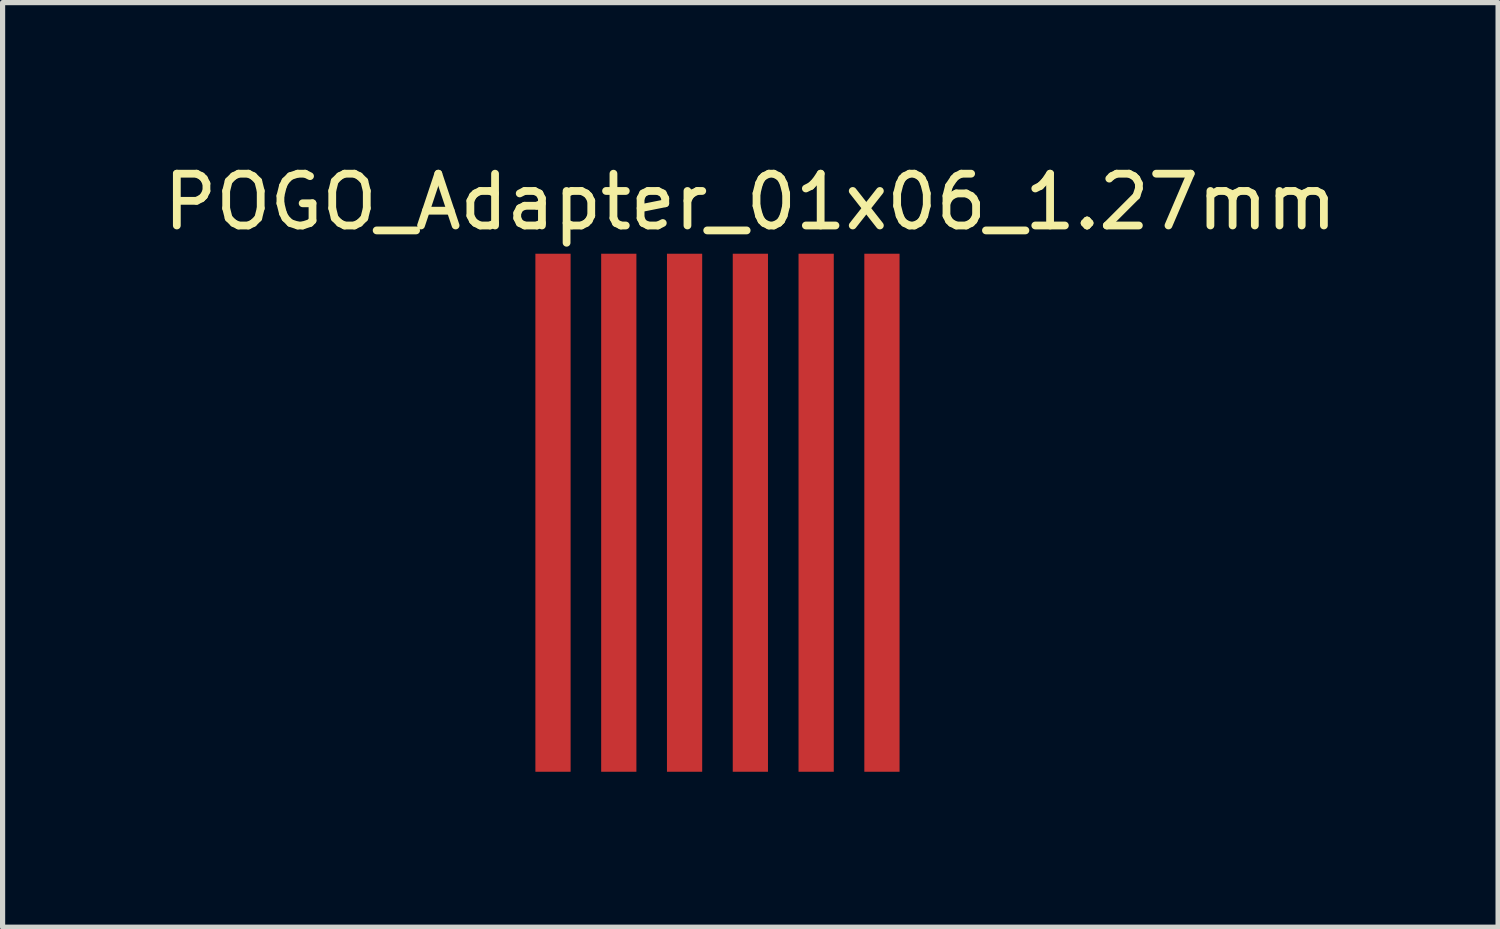
<source format=kicad_pcb>
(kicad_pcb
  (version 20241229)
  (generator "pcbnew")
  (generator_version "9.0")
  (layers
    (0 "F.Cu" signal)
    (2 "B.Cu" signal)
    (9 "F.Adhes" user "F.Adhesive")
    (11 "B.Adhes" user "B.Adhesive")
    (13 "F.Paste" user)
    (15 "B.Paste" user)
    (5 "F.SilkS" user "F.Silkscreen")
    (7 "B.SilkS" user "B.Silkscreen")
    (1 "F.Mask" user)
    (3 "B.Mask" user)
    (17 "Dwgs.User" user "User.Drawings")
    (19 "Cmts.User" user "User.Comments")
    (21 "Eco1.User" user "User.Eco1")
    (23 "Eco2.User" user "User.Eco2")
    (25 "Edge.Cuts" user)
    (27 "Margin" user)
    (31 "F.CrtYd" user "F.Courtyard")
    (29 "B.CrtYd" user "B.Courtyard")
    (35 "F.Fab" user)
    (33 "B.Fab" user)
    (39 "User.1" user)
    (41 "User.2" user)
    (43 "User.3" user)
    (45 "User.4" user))
  (footprint "POGO_Adapter_01x06_1.27mm"
    (layer "F.Cu")
    (at 11.435 6.848)
    (property "Reference" "POGO_Adapter_01x06_1.27mm" (at 0 -6 0) (layer "F.SilkS") (effects (font (size 1 1) (thickness 0.15))))
    (attr through_hole)
    (pad "1" smd rect (at -3.81 0) (size 0.68 10) (layers "F.Cu" "F.Mask" "F.Paste"))
    (pad "2" smd rect (at -2.54 0) (size 0.68 10) (layers "F.Cu" "F.Mask" "F.Paste"))
    (pad "3" smd rect (at -1.27 0) (size 0.68 10) (layers "F.Cu" "F.Mask" "F.Paste"))
    (pad "4" smd rect (at 0 0) (size 0.68 10) (layers "F.Cu" "F.Mask" "F.Paste"))
    (pad "5" smd rect (at 1.27 0) (size 0.68 10) (layers "F.Cu" "F.Mask" "F.Paste"))
    (pad "6" smd rect (at 2.54 0) (size 0.68 10) (layers "F.Cu" "F.Mask" "F.Paste")))
  (gr_rect
    (start -3 -3)
    (end 25.869 14.848)
    (stroke (width 0.1) (type default))
    (fill no)
    (layer "Edge.Cuts")))
</source>
